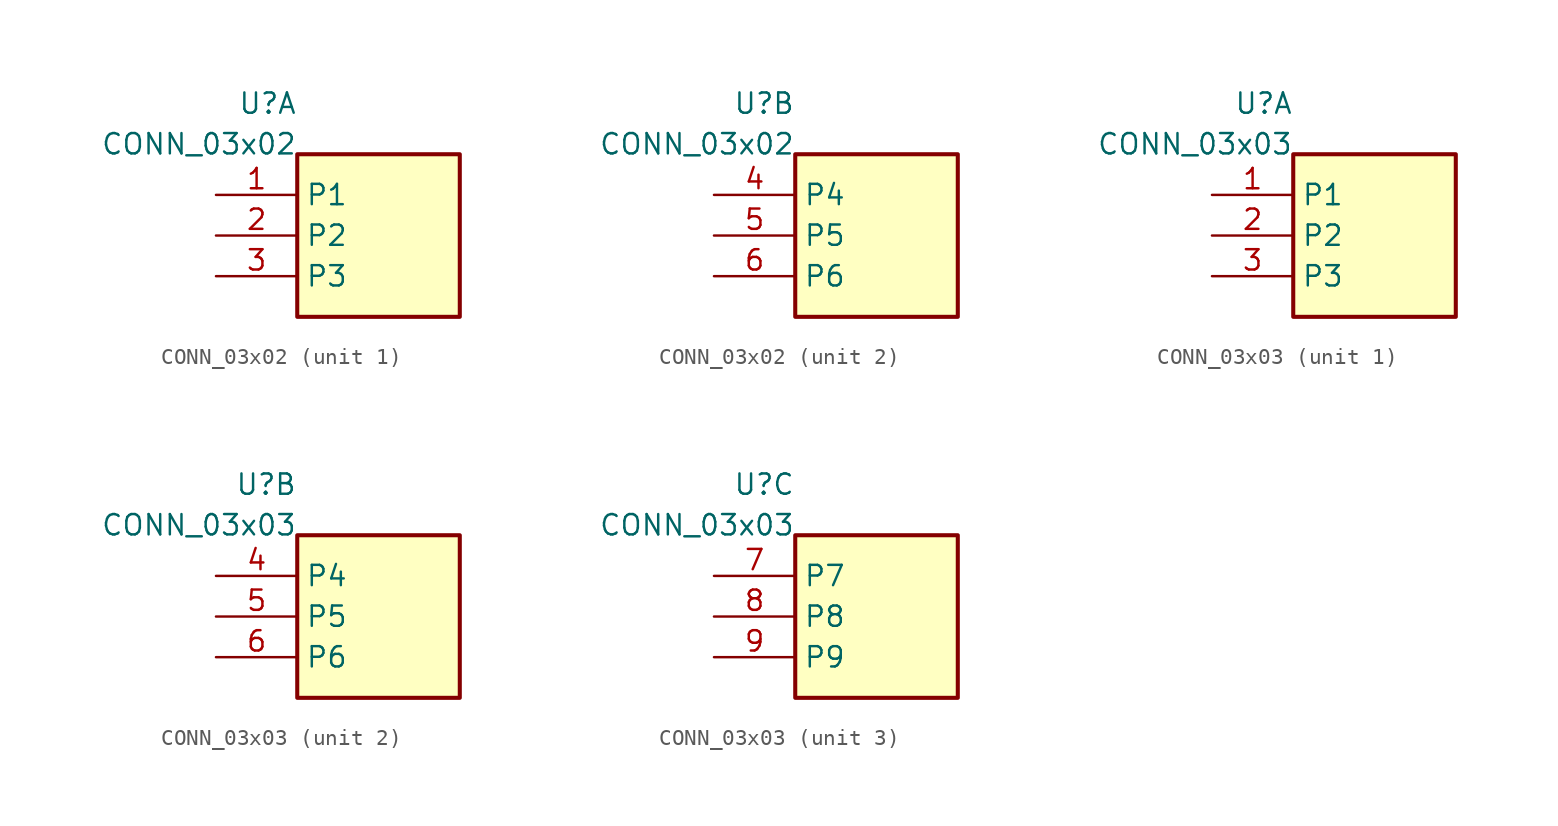
<source format=kicad_sym>
(kicad_symbol_lib
  (version 20241209)
  (generator "kicad_symbol_editor")
  (generator_version "8.0")
  (symbol "CONN_03x02"
    (property "Reference" "U"
      (at -5.08 8.255 0)
      (effects (font (size 1.27 1.27)) (justify right) (hide no)))
    (property "Value" "CONN_03x02"
      (at -5.08 5.715 0)
      (effects (font (size 1.27 1.27)) (justify right) (hide no)))
    (symbol "CONN_03x02_1_1"
      (rectangle (start -5.08 -5.08) (end 5.08 5.08) (stroke (width 0.254) (type solid)) (fill (type background)))
      (pin passive line (at -10.16 2.54 0) (length 5.08) (name "P1" (effects (font (size 1.27 1.27)))) (number "1" (effects (font (size 1.27 1.27)))))
      (pin passive line (at -10.16 0.0 0) (length 5.08) (name "P2" (effects (font (size 1.27 1.27)))) (number "2" (effects (font (size 1.27 1.27)))))
      (pin passive line (at -10.16 -2.54 0) (length 5.08) (name "P3" (effects (font (size 1.27 1.27)))) (number "3" (effects (font (size 1.27 1.27))))))
    (symbol "CONN_03x02_2_1"
      (rectangle (start -5.08 -5.08) (end 5.08 5.08) (stroke (width 0.254) (type solid)) (fill (type background)))
      (pin passive line (at -10.16 2.54 0) (length 5.08) (name "P4" (effects (font (size 1.27 1.27)))) (number "4" (effects (font (size 1.27 1.27)))))
      (pin passive line (at -10.16 0.0 0) (length 5.08) (name "P5" (effects (font (size 1.27 1.27)))) (number "5" (effects (font (size 1.27 1.27)))))
      (pin passive line (at -10.16 -2.54 0) (length 5.08) (name "P6" (effects (font (size 1.27 1.27)))) (number "6" (effects (font (size 1.27 1.27)))))))
  (symbol "CONN_03x03"
    (property "Reference" "U"
      (at -5.08 8.255 0)
      (effects (font (size 1.27 1.27)) (justify right) (hide no)))
    (property "Value" "CONN_03x03"
      (at -5.08 5.715 0)
      (effects (font (size 1.27 1.27)) (justify right) (hide no)))
    (symbol "CONN_03x03_1_1"
      (rectangle (start -5.08 -5.08) (end 5.08 5.08) (stroke (width 0.254) (type solid)) (fill (type background)))
      (pin passive line (at -10.16 2.54 0) (length 5.08) (name "P1" (effects (font (size 1.27 1.27)))) (number "1" (effects (font (size 1.27 1.27)))))
      (pin passive line (at -10.16 0.0 0) (length 5.08) (name "P2" (effects (font (size 1.27 1.27)))) (number "2" (effects (font (size 1.27 1.27)))))
      (pin passive line (at -10.16 -2.54 0) (length 5.08) (name "P3" (effects (font (size 1.27 1.27)))) (number "3" (effects (font (size 1.27 1.27))))))
    (symbol "CONN_03x03_2_1"
      (rectangle (start -5.08 -5.08) (end 5.08 5.08) (stroke (width 0.254) (type solid)) (fill (type background)))
      (pin passive line (at -10.16 2.54 0) (length 5.08) (name "P4" (effects (font (size 1.27 1.27)))) (number "4" (effects (font (size 1.27 1.27)))))
      (pin passive line (at -10.16 0.0 0) (length 5.08) (name "P5" (effects (font (size 1.27 1.27)))) (number "5" (effects (font (size 1.27 1.27)))))
      (pin passive line (at -10.16 -2.54 0) (length 5.08) (name "P6" (effects (font (size 1.27 1.27)))) (number "6" (effects (font (size 1.27 1.27))))))
    (symbol "CONN_03x03_3_1"
      (rectangle (start -5.08 -5.08) (end 5.08 5.08) (stroke (width 0.254) (type solid)) (fill (type background)))
      (pin passive line (at -10.16 2.54 0) (length 5.08) (name "P7" (effects (font (size 1.27 1.27)))) (number "7" (effects (font (size 1.27 1.27)))))
      (pin passive line (at -10.16 0.0 0) (length 5.08) (name "P8" (effects (font (size 1.27 1.27)))) (number "8" (effects (font (size 1.27 1.27)))))
      (pin passive line (at -10.16 -2.54 0) (length 5.08) (name "P9" (effects (font (size 1.27 1.27)))) (number "9" (effects (font (size 1.27 1.27))))))))
</source>
